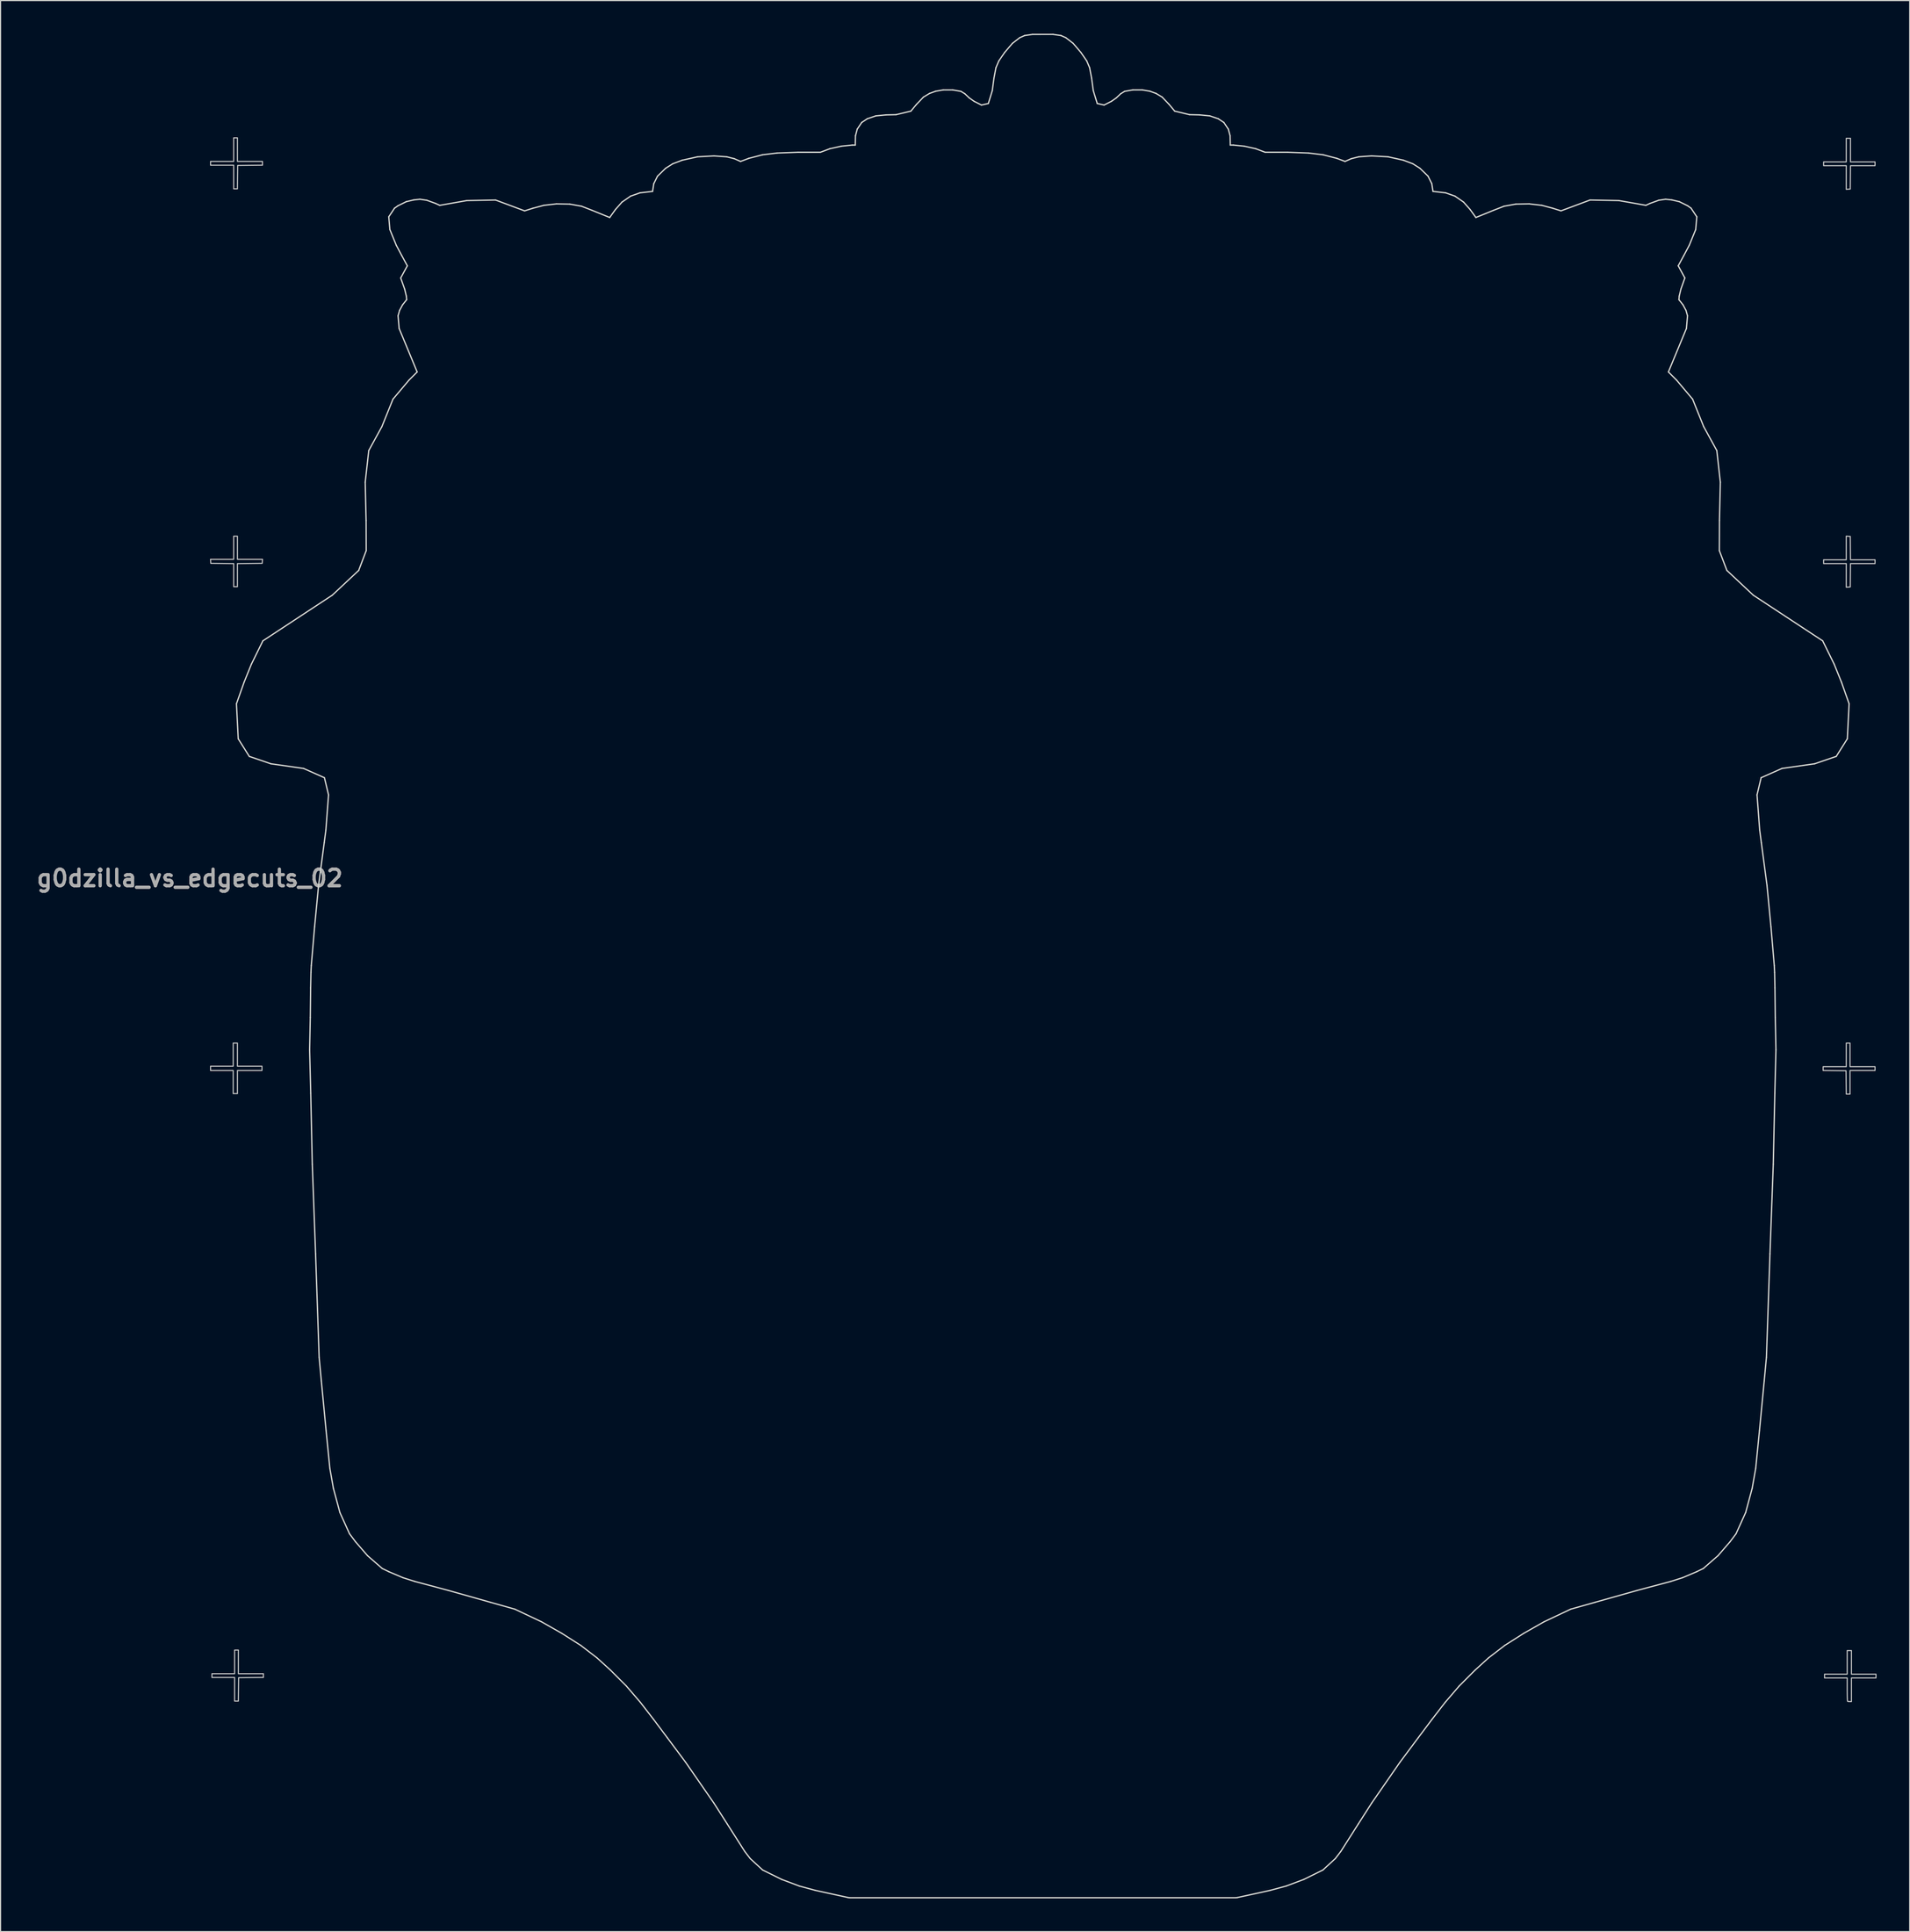
<source format=kicad_pcb>
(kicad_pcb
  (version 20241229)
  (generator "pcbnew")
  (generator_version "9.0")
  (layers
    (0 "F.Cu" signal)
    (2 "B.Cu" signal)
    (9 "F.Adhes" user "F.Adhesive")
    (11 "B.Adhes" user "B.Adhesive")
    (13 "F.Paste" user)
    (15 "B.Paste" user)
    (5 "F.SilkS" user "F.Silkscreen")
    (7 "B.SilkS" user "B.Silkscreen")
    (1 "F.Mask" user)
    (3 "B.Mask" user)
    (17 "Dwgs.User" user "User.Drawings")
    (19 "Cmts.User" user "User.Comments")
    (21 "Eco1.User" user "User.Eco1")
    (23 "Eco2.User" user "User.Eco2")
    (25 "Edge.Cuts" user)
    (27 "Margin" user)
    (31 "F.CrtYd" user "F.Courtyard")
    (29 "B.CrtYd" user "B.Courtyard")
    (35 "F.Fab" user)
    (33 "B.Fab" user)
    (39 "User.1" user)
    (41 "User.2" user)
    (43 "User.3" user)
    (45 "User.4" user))
  (footprint "g0dzilla_vs_edgecuts_02"
    (layer "F.Cu")
    (at 88.781 83.51)
    (property "Reference" "g0dzilla_vs_edgecuts_02" (at -74.66 -7.13 0) (layer "F.Fab") (effects (font (size 1.5 1.5) (thickness 0.3))))
    (attr board_only exclude_from_pos_files exclude_from_bom)
    (fp_poly (pts (xy -70.347 -73.027) (xy -70.347 -71.96) (xy -69.215 -71.96) (xy -68.084 -71.96) (xy -68.084 -71.79) (xy -68.084 -71.62) (xy -69.205 -71.609) (xy -70.325 -71.597) (xy -70.337 -70.541) (xy -70.348 -69.484) (xy -70.518 -69.484) (xy -70.688 -69.484) (xy -70.688 -70.551) (xy -70.688 -71.618) (xy -71.734 -71.618) (xy -72.78 -71.618) (xy -72.78 -71.789) (xy -72.78 -71.96) (xy -71.734 -71.96) (xy -70.688 -71.96) (xy -70.688 -73.027) (xy -70.688 -74.094) (xy -70.517 -74.094) (xy -70.347 -74.094)) (stroke (width 0.1) (type solid)) (fill no) (layer "Dwgs.User"))
    (fp_poly (pts (xy -70.347 -37.019) (xy -70.347 -35.973) (xy -69.213 -35.973) (xy -68.079 -35.973) (xy -68.092 -35.792) (xy -68.106 -35.61) (xy -69.226 -35.599) (xy -70.347 -35.587) (xy -70.347 -34.542) (xy -70.347 -33.497) (xy -70.517 -33.497) (xy -70.688 -33.497) (xy -70.688 -34.542) (xy -70.688 -35.587) (xy -71.723 -35.599) (xy -72.759 -35.61) (xy -72.772 -35.792) (xy -72.785 -35.973) (xy -71.737 -35.973) (xy -70.688 -35.973) (xy -70.688 -37.019) (xy -70.688 -38.065) (xy -70.517 -38.065) (xy -70.347 -38.065)) (stroke (width 0.1) (type solid)) (fill no) (layer "Dwgs.User"))
    (fp_poly (pts (xy -70.347 8.829) (xy -70.347 9.875) (xy -69.237 9.875) (xy -68.127 9.875) (xy -68.127 10.067) (xy -68.127 10.259) (xy -69.237 10.259) (xy -70.347 10.259) (xy -70.347 11.305) (xy -70.347 12.351) (xy -70.539 12.351) (xy -70.731 12.351) (xy -70.731 11.305) (xy -70.731 10.259) (xy -71.755 10.259) (xy -72.78 10.259) (xy -72.78 10.067) (xy -72.78 9.875) (xy -71.755 9.875) (xy -70.731 9.875) (xy -70.731 8.829) (xy -70.731 7.783) (xy -70.539 7.783) (xy -70.347 7.783)) (stroke (width 0.1) (type solid)) (fill no) (layer "Dwgs.User"))
    (fp_poly (pts (xy -70.261 63.749) (xy -70.261 64.816) (xy -69.13 64.816) (xy -67.999 64.816) (xy -67.999 64.986) (xy -67.999 65.156) (xy -69.119 65.167) (xy -70.24 65.179) (xy -70.251 66.235) (xy -70.263 67.292) (xy -70.433 67.292) (xy -70.603 67.292) (xy -70.603 66.225) (xy -70.603 65.157) (xy -71.627 65.157) (xy -72.652 65.157) (xy -72.652 64.987) (xy -72.652 64.816) (xy -71.627 64.816) (xy -70.603 64.816) (xy -70.603 63.749) (xy -70.603 62.681) (xy -70.432 62.681) (xy -70.261 62.681)) (stroke (width 0.1) (type solid)) (fill no) (layer "Dwgs.User"))
    (fp_poly (pts (xy 75.404 -38.057) (xy 75.586 -38.044) (xy 75.597 -36.987) (xy 75.609 -35.93) (xy 76.718 -35.93) (xy 77.827 -35.93) (xy 77.827 -35.76) (xy 77.827 -35.589) (xy 76.718 -35.589) (xy 75.609 -35.589) (xy 75.597 -34.532) (xy 75.586 -33.476) (xy 75.404 -33.463) (xy 75.223 -33.45) (xy 75.223 -34.519) (xy 75.223 -35.589) (xy 74.198 -35.589) (xy 73.174 -35.589) (xy 73.174 -35.76) (xy 73.174 -35.93) (xy 74.198 -35.93) (xy 75.223 -35.93) (xy 75.223 -37) (xy 75.223 -38.07)) (stroke (width 0.1) (type solid)) (fill no) (layer "Dwgs.User"))
    (fp_poly (pts (xy 75.565 8.85) (xy 75.565 9.918) (xy 76.696 9.918) (xy 77.827 9.918) (xy 77.827 10.088) (xy 77.827 10.259) (xy 76.696 10.259) (xy 75.565 10.259) (xy 75.565 11.326) (xy 75.565 12.394) (xy 75.395 12.394) (xy 75.225 12.394) (xy 75.213 11.337) (xy 75.202 10.281) (xy 74.166 10.269) (xy 73.131 10.258) (xy 73.131 10.088) (xy 73.131 9.918) (xy 74.177 9.918) (xy 75.223 9.918) (xy 75.223 8.85) (xy 75.223 7.783) (xy 75.394 7.783) (xy 75.565 7.783)) (stroke (width 0.1) (type solid)) (fill no) (layer "Dwgs.User"))
    (fp_poly (pts (xy 75.607 -72.985) (xy 75.607 -71.917) (xy 76.717 -71.917) (xy 77.827 -71.917) (xy 77.827 -71.747) (xy 77.827 -71.576) (xy 76.718 -71.576) (xy 75.609 -71.576) (xy 75.597 -70.519) (xy 75.586 -69.463) (xy 75.404 -69.45) (xy 75.223 -69.436) (xy 75.223 -70.506) (xy 75.223 -71.576) (xy 74.198 -71.576) (xy 73.174 -71.576) (xy 73.174 -71.747) (xy 73.174 -71.917) (xy 74.198 -71.917) (xy 75.223 -71.917) (xy 75.223 -72.985) (xy 75.223 -74.052) (xy 75.415 -74.052) (xy 75.607 -74.052)) (stroke (width 0.1) (type solid)) (fill no) (layer "Dwgs.User"))
    (fp_poly (pts (xy 75.693 63.791) (xy 75.693 64.858) (xy 76.803 64.858) (xy 77.912 64.858) (xy 77.912 65.029) (xy 77.912 65.2) (xy 76.803 65.2) (xy 75.693 65.2) (xy 75.693 66.267) (xy 75.693 67.334) (xy 75.529 67.334) (xy 75.416 67.328) (xy 75.344 67.311) (xy 75.337 67.306) (xy 75.329 67.257) (xy 75.322 67.135) (xy 75.316 66.951) (xy 75.312 66.718) (xy 75.309 66.448) (xy 75.308 66.239) (xy 75.308 65.2) (xy 74.284 65.2) (xy 73.259 65.2) (xy 73.259 65.029) (xy 73.259 64.858) (xy 74.284 64.858) (xy 75.308 64.858) (xy 75.308 63.791) (xy 75.308 62.724) (xy 75.501 62.724) (xy 75.693 62.724)) (stroke (width 0.1) (type solid)) (fill no) (layer "Dwgs.User"))
    (fp_line (start -70.435 -22.909) (end -69.745 -24.859) (stroke (width 0.12) (type default)) (layer "Edge.Cuts"))
    (fp_line (start -70.275 -19.739) (end -70.435 -22.909) (stroke (width 0.12) (type default)) (layer "Edge.Cuts"))
    (fp_line (start -69.745 -24.859) (end -69.085 -26.489) (stroke (width 0.12) (type default)) (layer "Edge.Cuts"))
    (fp_line (start -69.275 -18.149) (end -70.275 -19.739) (stroke (width 0.12) (type default)) (layer "Edge.Cuts"))
    (fp_line (start -69.085 -26.489) (end -68.045 -28.599) (stroke (width 0.12) (type default)) (layer "Edge.Cuts"))
    (fp_line (start -68.045 -28.599) (end -66.295 -29.749) (stroke (width 0.12) (type default)) (layer "Edge.Cuts"))
    (fp_line (start -67.315 -17.479) (end -69.275 -18.149) (stroke (width 0.12) (type default)) (layer "Edge.Cuts"))
    (fp_line (start -66.295 -29.749) (end -61.765 -32.729) (stroke (width 0.12) (type default)) (layer "Edge.Cuts"))
    (fp_line (start -64.365 -17.059) (end -67.315 -17.479) (stroke (width 0.12) (type default)) (layer "Edge.Cuts"))
    (fp_line (start -63.815 8.391) (end -63.755 5.461) (stroke (width 0.12) (type default)) (layer "Edge.Cuts"))
    (fp_line (start -63.755 5.461) (end -63.725 2.781) (stroke (width 0.12) (type default)) (layer "Edge.Cuts"))
    (fp_line (start -63.725 2.781) (end -63.695 1.391) (stroke (width 0.12) (type default)) (layer "Edge.Cuts"))
    (fp_line (start -63.715 12.311) (end -63.815 8.391) (stroke (width 0.12) (type default)) (layer "Edge.Cuts"))
    (fp_line (start -63.695 1.391) (end -63.665 0.771) (stroke (width 0.12) (type default)) (layer "Edge.Cuts"))
    (fp_line (start -63.665 0.771) (end -63.365 -2.739) (stroke (width 0.12) (type default)) (layer "Edge.Cuts"))
    (fp_line (start -63.575 18.741) (end -63.715 12.311) (stroke (width 0.12) (type default)) (layer "Edge.Cuts"))
    (fp_line (start -63.365 -2.739) (end -63.005 -6.489) (stroke (width 0.12) (type default)) (layer "Edge.Cuts"))
    (fp_line (start -63.275 26.851) (end -63.575 18.741) (stroke (width 0.12) (type default)) (layer "Edge.Cuts"))
    (fp_line (start -63.005 -6.489) (end -62.495 -10.339) (stroke (width 0.12) (type default)) (layer "Edge.Cuts"))
    (fp_line (start -62.955 36.201) (end -63.275 26.851) (stroke (width 0.12) (type default)) (layer "Edge.Cuts"))
    (fp_line (start -62.755 38.341) (end -62.955 36.201) (stroke (width 0.12) (type default)) (layer "Edge.Cuts"))
    (fp_line (start -62.495 -10.339) (end -62.345 -11.489) (stroke (width 0.12) (type default)) (layer "Edge.Cuts"))
    (fp_line (start -62.475 -16.219) (end -64.365 -17.059) (stroke (width 0.12) (type default)) (layer "Edge.Cuts"))
    (fp_line (start -62.345 -11.489) (end -62.105 -14.669) (stroke (width 0.12) (type default)) (layer "Edge.Cuts"))
    (fp_line (start -62.325 42.831) (end -62.755 38.341) (stroke (width 0.12) (type default)) (layer "Edge.Cuts"))
    (fp_line (start -62.105 -14.669) (end -62.475 -16.219) (stroke (width 0.12) (type default)) (layer "Edge.Cuts"))
    (fp_line (start -61.985 46.241) (end -62.325 42.831) (stroke (width 0.12) (type default)) (layer "Edge.Cuts"))
    (fp_line (start -61.765 -32.729) (end -59.375 -34.969) (stroke (width 0.12) (type default)) (layer "Edge.Cuts"))
    (fp_line (start -61.665 48.051) (end -61.985 46.241) (stroke (width 0.12) (type default)) (layer "Edge.Cuts"))
    (fp_line (start -61.075 50.241) (end -61.665 48.051) (stroke (width 0.12) (type default)) (layer "Edge.Cuts"))
    (fp_line (start -60.205 52.161) (end -61.075 50.241) (stroke (width 0.12) (type default)) (layer "Edge.Cuts"))
    (fp_line (start -59.665 52.881) (end -60.205 52.161) (stroke (width 0.12) (type default)) (layer "Edge.Cuts"))
    (fp_line (start -59.375 -34.969) (end -58.695 -36.759) (stroke (width 0.12) (type default)) (layer "Edge.Cuts"))
    (fp_line (start -58.785 -42.949) (end -58.465 -45.809) (stroke (width 0.12) (type default)) (layer "Edge.Cuts"))
    (fp_line (start -58.705 -39.489) (end -58.785 -42.949) (stroke (width 0.12) (type default)) (layer "Edge.Cuts"))
    (fp_line (start -58.695 -36.759) (end -58.705 -39.489) (stroke (width 0.12) (type default)) (layer "Edge.Cuts"))
    (fp_line (start -58.575 54.141) (end -59.665 52.881) (stroke (width 0.12) (type default)) (layer "Edge.Cuts"))
    (fp_line (start -58.465 -45.809) (end -57.275 -47.979) (stroke (width 0.12) (type default)) (layer "Edge.Cuts"))
    (fp_line (start -57.275 -47.979) (end -56.275 -50.459) (stroke (width 0.12) (type default)) (layer "Edge.Cuts"))
    (fp_line (start -57.245 55.301) (end -58.575 54.141) (stroke (width 0.12) (type default)) (layer "Edge.Cuts"))
    (fp_line (start -56.655 -66.949) (end -56.135 -67.729) (stroke (width 0.12) (type default)) (layer "Edge.Cuts"))
    (fp_line (start -56.625 55.601) (end -57.245 55.301) (stroke (width 0.12) (type default)) (layer "Edge.Cuts"))
    (fp_line (start -56.555 -65.799) (end -56.655 -66.949) (stroke (width 0.12) (type default)) (layer "Edge.Cuts"))
    (fp_line (start -56.275 -50.459) (end -54.825 -52.179) (stroke (width 0.12) (type default)) (layer "Edge.Cuts"))
    (fp_line (start -56.135 -67.729) (end -55.825 -67.949) (stroke (width 0.12) (type default)) (layer "Edge.Cuts"))
    (fp_line (start -55.975 -64.379) (end -56.555 -65.799) (stroke (width 0.12) (type default)) (layer "Edge.Cuts"))
    (fp_line (start -55.825 -67.949) (end -55.075 -68.319) (stroke (width 0.12) (type default)) (layer "Edge.Cuts"))
    (fp_line (start -55.815 -57.999) (end -55.675 -58.489) (stroke (width 0.12) (type default)) (layer "Edge.Cuts"))
    (fp_line (start -55.715 -56.849) (end -55.815 -57.999) (stroke (width 0.12) (type default)) (layer "Edge.Cuts"))
    (fp_line (start -55.675 -58.489) (end -55.405 -58.989) (stroke (width 0.12) (type default)) (layer "Edge.Cuts"))
    (fp_line (start -55.575 -61.419) (end -54.975 -62.519) (stroke (width 0.12) (type default)) (layer "Edge.Cuts"))
    (fp_line (start -55.475 -63.439) (end -55.975 -64.379) (stroke (width 0.12) (type default)) (layer "Edge.Cuts"))
    (fp_line (start -55.405 -58.989) (end -55.035 -59.459) (stroke (width 0.12) (type default)) (layer "Edge.Cuts"))
    (fp_line (start -55.375 56.131) (end -56.625 55.601) (stroke (width 0.12) (type default)) (layer "Edge.Cuts"))
    (fp_line (start -55.215 -60.409) (end -55.575 -61.419) (stroke (width 0.12) (type default)) (layer "Edge.Cuts"))
    (fp_line (start -55.075 -68.319) (end -54.395 -68.479) (stroke (width 0.12) (type default)) (layer "Edge.Cuts"))
    (fp_line (start -55.065 -59.779) (end -55.215 -60.409) (stroke (width 0.12) (type default)) (layer "Edge.Cuts"))
    (fp_line (start -55.035 -59.459) (end -55.065 -59.779) (stroke (width 0.12) (type default)) (layer "Edge.Cuts"))
    (fp_line (start -54.975 -62.519) (end -55.475 -63.439) (stroke (width 0.12) (type default)) (layer "Edge.Cuts"))
    (fp_line (start -54.825 -52.179) (end -54.085 -52.919) (stroke (width 0.12) (type default)) (layer "Edge.Cuts"))
    (fp_line (start -54.395 -68.479) (end -53.835 -68.539) (stroke (width 0.12) (type default)) (layer "Edge.Cuts"))
    (fp_line (start -54.305 56.471) (end -55.375 56.131) (stroke (width 0.12) (type default)) (layer "Edge.Cuts"))
    (fp_line (start -54.085 -52.919) (end -55.715 -56.849) (stroke (width 0.12) (type default)) (layer "Edge.Cuts"))
    (fp_line (start -53.835 -68.539) (end -53.215 -68.449) (stroke (width 0.12) (type default)) (layer "Edge.Cuts"))
    (fp_line (start -53.215 -68.449) (end -52.415 -68.159) (stroke (width 0.12) (type default)) (layer "Edge.Cuts"))
    (fp_line (start -52.415 -68.159) (end -52.045 -67.989) (stroke (width 0.12) (type default)) (layer "Edge.Cuts"))
    (fp_line (start -52.045 -67.989) (end -49.605 -68.419) (stroke (width 0.12) (type default)) (layer "Edge.Cuts"))
    (fp_line (start -51.275 57.281) (end -54.305 56.471) (stroke (width 0.12) (type default)) (layer "Edge.Cuts"))
    (fp_line (start -49.605 -68.419) (end -46.995 -68.469) (stroke (width 0.12) (type default)) (layer "Edge.Cuts"))
    (fp_line (start -47.445 58.361) (end -51.275 57.281) (stroke (width 0.12) (type default)) (layer "Edge.Cuts"))
    (fp_line (start -46.995 -68.469) (end -44.365 -67.489) (stroke (width 0.12) (type default)) (layer "Edge.Cuts"))
    (fp_line (start -45.245 58.981) (end -47.445 58.361) (stroke (width 0.12) (type default)) (layer "Edge.Cuts"))
    (fp_line (start -44.365 -67.489) (end -43.605 -67.729) (stroke (width 0.12) (type default)) (layer "Edge.Cuts"))
    (fp_line (start -43.605 -67.729) (end -42.625 -67.989) (stroke (width 0.12) (type default)) (layer "Edge.Cuts"))
    (fp_line (start -42.835 60.121) (end -45.245 58.981) (stroke (width 0.12) (type default)) (layer "Edge.Cuts"))
    (fp_line (start -42.625 -67.989) (end -41.485 -68.119) (stroke (width 0.12) (type default)) (layer "Edge.Cuts"))
    (fp_line (start -41.485 -68.119) (end -40.275 -68.099) (stroke (width 0.12) (type default)) (layer "Edge.Cuts"))
    (fp_line (start -41.005 61.161) (end -42.835 60.121) (stroke (width 0.12) (type default)) (layer "Edge.Cuts"))
    (fp_line (start -40.275 -68.099) (end -39.215 -67.909) (stroke (width 0.12) (type default)) (layer "Edge.Cuts"))
    (fp_line (start -39.275 62.261) (end -41.005 61.161) (stroke (width 0.12) (type default)) (layer "Edge.Cuts"))
    (fp_line (start -39.215 -67.909) (end -38.265 -67.539) (stroke (width 0.12) (type default)) (layer "Edge.Cuts"))
    (fp_line (start -38.265 -67.539) (end -36.665 -66.889) (stroke (width 0.12) (type default)) (layer "Edge.Cuts"))
    (fp_line (start -37.805 63.391) (end -39.275 62.261) (stroke (width 0.12) (type default)) (layer "Edge.Cuts"))
    (fp_line (start -36.665 -66.889) (end -36.145 -67.609) (stroke (width 0.12) (type default)) (layer "Edge.Cuts"))
    (fp_line (start -36.595 64.491) (end -37.805 63.391) (stroke (width 0.12) (type default)) (layer "Edge.Cuts"))
    (fp_line (start -36.145 -67.609) (end -35.555 -68.279) (stroke (width 0.12) (type default)) (layer "Edge.Cuts"))
    (fp_line (start -35.555 -68.279) (end -34.775 -68.819) (stroke (width 0.12) (type default)) (layer "Edge.Cuts"))
    (fp_line (start -35.155 65.931) (end -36.595 64.491) (stroke (width 0.12) (type default)) (layer "Edge.Cuts"))
    (fp_line (start -34.775 -68.819) (end -33.925 -69.119) (stroke (width 0.12) (type default)) (layer "Edge.Cuts"))
    (fp_line (start -33.925 -69.119) (end -32.785 -69.249) (stroke (width 0.12) (type default)) (layer "Edge.Cuts"))
    (fp_line (start -33.885 67.411) (end -35.155 65.931) (stroke (width 0.12) (type default)) (layer "Edge.Cuts"))
    (fp_line (start -32.785 -69.249) (end -32.675 -69.949) (stroke (width 0.12) (type default)) (layer "Edge.Cuts"))
    (fp_line (start -32.685 68.961) (end -33.885 67.411) (stroke (width 0.12) (type default)) (layer "Edge.Cuts"))
    (fp_line (start -32.675 -69.949) (end -32.335 -70.629) (stroke (width 0.12) (type default)) (layer "Edge.Cuts"))
    (fp_line (start -32.335 -70.629) (end -31.605 -71.339) (stroke (width 0.12) (type default)) (layer "Edge.Cuts"))
    (fp_line (start -31.605 -71.339) (end -30.955 -71.749) (stroke (width 0.12) (type default)) (layer "Edge.Cuts"))
    (fp_line (start -31.455 70.601) (end -32.685 68.961) (stroke (width 0.12) (type default)) (layer "Edge.Cuts"))
    (fp_line (start -30.955 -71.749) (end -30.105 -72.069) (stroke (width 0.12) (type default)) (layer "Edge.Cuts"))
    (fp_line (start -30.105 -72.069) (end -28.715 -72.379) (stroke (width 0.12) (type default)) (layer "Edge.Cuts"))
    (fp_line (start -29.805 72.811) (end -31.455 70.601) (stroke (width 0.12) (type default)) (layer "Edge.Cuts"))
    (fp_line (start -28.715 -72.379) (end -27.225 -72.459) (stroke (width 0.12) (type default)) (layer "Edge.Cuts"))
    (fp_line (start -27.235 76.521) (end -29.805 72.811) (stroke (width 0.12) (type default)) (layer "Edge.Cuts"))
    (fp_line (start -27.225 -72.459) (end -26.075 -72.379) (stroke (width 0.12) (type default)) (layer "Edge.Cuts"))
    (fp_line (start -26.075 -72.379) (end -25.395 -72.209) (stroke (width 0.12) (type default)) (layer "Edge.Cuts"))
    (fp_line (start -26.025 78.411) (end -27.235 76.521) (stroke (width 0.12) (type default)) (layer "Edge.Cuts"))
    (fp_line (start -25.395 -72.209) (end -24.825 -71.959) (stroke (width 0.12) (type default)) (layer "Edge.Cuts"))
    (fp_line (start -24.825 -71.959) (end -24.075 -72.239) (stroke (width 0.12) (type default)) (layer "Edge.Cuts"))
    (fp_line (start -24.445 80.891) (end -26.025 78.411) (stroke (width 0.12) (type default)) (layer "Edge.Cuts"))
    (fp_line (start -24.075 -72.239) (end -22.845 -72.559) (stroke (width 0.12) (type default)) (layer "Edge.Cuts"))
    (fp_line (start -23.945 81.541) (end -24.445 80.891) (stroke (width 0.12) (type default)) (layer "Edge.Cuts"))
    (fp_line (start -22.845 -72.559) (end -21.525 -72.719) (stroke (width 0.12) (type default)) (layer "Edge.Cuts"))
    (fp_line (start -22.825 82.571) (end -23.945 81.541) (stroke (width 0.12) (type default)) (layer "Edge.Cuts"))
    (fp_line (start -21.525 -72.719) (end -19.625 -72.789) (stroke (width 0.12) (type default)) (layer "Edge.Cuts"))
    (fp_line (start -21.105 83.421) (end -22.825 82.571) (stroke (width 0.12) (type default)) (layer "Edge.Cuts"))
    (fp_line (start -19.625 -72.789) (end -17.595 -72.789) (stroke (width 0.12) (type default)) (layer "Edge.Cuts"))
    (fp_line (start -19.505 84.021) (end -21.105 83.421) (stroke (width 0.12) (type default)) (layer "Edge.Cuts"))
    (fp_line (start -18.065 84.411) (end -19.505 84.021) (stroke (width 0.12) (type default)) (layer "Edge.Cuts"))
    (fp_line (start -17.595 -72.789) (end -16.745 -73.109) (stroke (width 0.12) (type default)) (layer "Edge.Cuts"))
    (fp_line (start -16.745 -73.109) (end -15.705 -73.339) (stroke (width 0.12) (type default)) (layer "Edge.Cuts"))
    (fp_line (start -15.705 -73.339) (end -14.725 -73.439) (stroke (width 0.12) (type default)) (layer "Edge.Cuts"))
    (fp_line (start -15.095 85.061) (end -18.065 84.411) (stroke (width 0.12) (type default)) (layer "Edge.Cuts"))
    (fp_line (start -14.955 85.081) (end -15.095 85.061) (stroke (width 0.12) (type default)) (layer "Edge.Cuts"))
    (fp_line (start -14.955 85.081) (end 20 85.08) (stroke (width 0.12) (type default)) (layer "Edge.Cuts"))
    (fp_line (start -14.725 -73.439) (end -14.445 -73.439) (stroke (width 0.12) (type default)) (layer "Edge.Cuts"))
    (fp_line (start -14.445 -73.439) (end -14.425 -74.279) (stroke (width 0.12) (type default)) (layer "Edge.Cuts"))
    (fp_line (start -14.425 -74.279) (end -14.265 -74.879) (stroke (width 0.12) (type default)) (layer "Edge.Cuts"))
    (fp_line (start -14.265 -74.879) (end -13.865 -75.479) (stroke (width 0.12) (type default)) (layer "Edge.Cuts"))
    (fp_line (start -13.865 -75.479) (end -13.355 -75.819) (stroke (width 0.12) (type default)) (layer "Edge.Cuts"))
    (fp_line (start -13.355 -75.819) (end -12.585 -76.079) (stroke (width 0.12) (type default)) (layer "Edge.Cuts"))
    (fp_line (start -12.585 -76.079) (end -11.665 -76.169) (stroke (width 0.12) (type default)) (layer "Edge.Cuts"))
    (fp_line (start -11.665 -76.169) (end -10.755 -76.189) (stroke (width 0.12) (type default)) (layer "Edge.Cuts"))
    (fp_line (start -10.755 -76.189) (end -9.415 -76.509) (stroke (width 0.12) (type default)) (layer "Edge.Cuts"))
    (fp_line (start -9.415 -76.509) (end -8.905 -77.119) (stroke (width 0.12) (type default)) (layer "Edge.Cuts"))
    (fp_line (start -8.905 -77.119) (end -8.275 -77.779) (stroke (width 0.12) (type default)) (layer "Edge.Cuts"))
    (fp_line (start -8.275 -77.779) (end -7.725 -78.109) (stroke (width 0.12) (type default)) (layer "Edge.Cuts"))
    (fp_line (start -7.725 -78.109) (end -7.175 -78.309) (stroke (width 0.12) (type default)) (layer "Edge.Cuts"))
    (fp_line (start -7.175 -78.309) (end -6.485 -78.429) (stroke (width 0.12) (type default)) (layer "Edge.Cuts"))
    (fp_line (start -6.485 -78.429) (end -5.625 -78.429) (stroke (width 0.12) (type default)) (layer "Edge.Cuts"))
    (fp_line (start -5.625 -78.429) (end -4.885 -78.299) (stroke (width 0.12) (type default)) (layer "Edge.Cuts"))
    (fp_line (start -4.885 -78.299) (end -4.525 -78.079) (stroke (width 0.12) (type default)) (layer "Edge.Cuts"))
    (fp_line (start -4.525 -78.079) (end -4.135 -77.709) (stroke (width 0.12) (type default)) (layer "Edge.Cuts"))
    (fp_line (start -4.135 -77.709) (end -3.695 -77.399) (stroke (width 0.12) (type default)) (layer "Edge.Cuts"))
    (fp_line (start -3.695 -77.399) (end -3.025 -77.059) (stroke (width 0.12) (type default)) (layer "Edge.Cuts"))
    (fp_line (start -3.025 -77.059) (end -2.405 -77.199) (stroke (width 0.12) (type default)) (layer "Edge.Cuts"))
    (fp_line (start -2.405 -77.199) (end -2.045 -78.369) (stroke (width 0.12) (type default)) (layer "Edge.Cuts"))
    (fp_line (start -2.045 -78.369) (end -1.895 -79.489) (stroke (width 0.12) (type default)) (layer "Edge.Cuts"))
    (fp_line (start -1.895 -79.489) (end -1.715 -80.439) (stroke (width 0.12) (type default)) (layer "Edge.Cuts"))
    (fp_line (start -1.715 -80.439) (end -1.455 -81.049) (stroke (width 0.12) (type default)) (layer "Edge.Cuts"))
    (fp_line (start -1.455 -81.049) (end -0.925 -81.819) (stroke (width 0.12) (type default)) (layer "Edge.Cuts"))
    (fp_line (start -0.925 -81.819) (end -0.225 -82.639) (stroke (width 0.12) (type default)) (layer "Edge.Cuts"))
    (fp_line (start -0.225 -82.639) (end 0.435 -83.149) (stroke (width 0.12) (type default)) (layer "Edge.Cuts"))
    (fp_line (start 0.435 -83.149) (end 0.885 -83.349) (stroke (width 0.12) (type default)) (layer "Edge.Cuts"))
    (fp_line (start 0.885 -83.349) (end 1.595 -83.449) (stroke (width 0.12) (type default)) (layer "Edge.Cuts"))
    (fp_line (start 1.595 -83.449) (end 3.45 -83.45) (stroke (width 0.12) (type default)) (layer "Edge.Cuts"))
    (fp_line (start 4.16 -83.35) (end 3.45 -83.45) (stroke (width 0.12) (type default)) (layer "Edge.Cuts"))
    (fp_line (start 4.61 -83.15) (end 4.16 -83.35) (stroke (width 0.12) (type default)) (layer "Edge.Cuts"))
    (fp_line (start 5.27 -82.64) (end 4.61 -83.15) (stroke (width 0.12) (type default)) (layer "Edge.Cuts"))
    (fp_line (start 5.97 -81.82) (end 5.27 -82.64) (stroke (width 0.12) (type default)) (layer "Edge.Cuts"))
    (fp_line (start 6.5 -81.05) (end 5.97 -81.82) (stroke (width 0.12) (type default)) (layer "Edge.Cuts"))
    (fp_line (start 6.76 -80.44) (end 6.5 -81.05) (stroke (width 0.12) (type default)) (layer "Edge.Cuts"))
    (fp_line (start 6.94 -79.49) (end 6.76 -80.44) (stroke (width 0.12) (type default)) (layer "Edge.Cuts"))
    (fp_line (start 7.09 -78.37) (end 6.94 -79.49) (stroke (width 0.12) (type default)) (layer "Edge.Cuts"))
    (fp_line (start 7.45 -77.2) (end 7.09 -78.37) (stroke (width 0.12) (type default)) (layer "Edge.Cuts"))
    (fp_line (start 8.07 -77.06) (end 7.45 -77.2) (stroke (width 0.12) (type default)) (layer "Edge.Cuts"))
    (fp_line (start 8.74 -77.4) (end 8.07 -77.06) (stroke (width 0.12) (type default)) (layer "Edge.Cuts"))
    (fp_line (start 9.18 -77.71) (end 8.74 -77.4) (stroke (width 0.12) (type default)) (layer "Edge.Cuts"))
    (fp_line (start 9.57 -78.08) (end 9.18 -77.71) (stroke (width 0.12) (type default)) (layer "Edge.Cuts"))
    (fp_line (start 9.93 -78.3) (end 9.57 -78.08) (stroke (width 0.12) (type default)) (layer "Edge.Cuts"))
    (fp_line (start 10.67 -78.43) (end 9.93 -78.3) (stroke (width 0.12) (type default)) (layer "Edge.Cuts"))
    (fp_line (start 11.53 -78.43) (end 10.67 -78.43) (stroke (width 0.12) (type default)) (layer "Edge.Cuts"))
    (fp_line (start 12.22 -78.31) (end 11.53 -78.43) (stroke (width 0.12) (type default)) (layer "Edge.Cuts"))
    (fp_line (start 12.77 -78.11) (end 12.22 -78.31) (stroke (width 0.12) (type default)) (layer "Edge.Cuts"))
    (fp_line (start 13.32 -77.78) (end 12.77 -78.11) (stroke (width 0.12) (type default)) (layer "Edge.Cuts"))
    (fp_line (start 13.95 -77.12) (end 13.32 -77.78) (stroke (width 0.12) (type default)) (layer "Edge.Cuts"))
    (fp_line (start 14.46 -76.51) (end 13.95 -77.12) (stroke (width 0.12) (type default)) (layer "Edge.Cuts"))
    (fp_line (start 15.8 -76.19) (end 14.46 -76.51) (stroke (width 0.12) (type default)) (layer "Edge.Cuts"))
    (fp_line (start 16.71 -76.17) (end 15.8 -76.19) (stroke (width 0.12) (type default)) (layer "Edge.Cuts"))
    (fp_line (start 17.63 -76.08) (end 16.71 -76.17) (stroke (width 0.12) (type default)) (layer "Edge.Cuts"))
    (fp_line (start 18.4 -75.82) (end 17.63 -76.08) (stroke (width 0.12) (type default)) (layer "Edge.Cuts"))
    (fp_line (start 18.91 -75.48) (end 18.4 -75.82) (stroke (width 0.12) (type default)) (layer "Edge.Cuts"))
    (fp_line (start 19.31 -74.88) (end 18.91 -75.48) (stroke (width 0.12) (type default)) (layer "Edge.Cuts"))
    (fp_line (start 19.47 -74.28) (end 19.31 -74.88) (stroke (width 0.12) (type default)) (layer "Edge.Cuts"))
    (fp_line (start 19.49 -73.44) (end 19.47 -74.28) (stroke (width 0.12) (type default)) (layer "Edge.Cuts"))
    (fp_line (start 19.77 -73.44) (end 19.49 -73.44) (stroke (width 0.12) (type default)) (layer "Edge.Cuts"))
    (fp_line (start 20 85.08) (end 20.14 85.06) (stroke (width 0.12) (type default)) (layer "Edge.Cuts"))
    (fp_line (start 20.14 85.06) (end 23.11 84.41) (stroke (width 0.12) (type default)) (layer "Edge.Cuts"))
    (fp_line (start 20.75 -73.34) (end 19.77 -73.44) (stroke (width 0.12) (type default)) (layer "Edge.Cuts"))
    (fp_line (start 21.79 -73.11) (end 20.75 -73.34) (stroke (width 0.12) (type default)) (layer "Edge.Cuts"))
    (fp_line (start 22.64 -72.79) (end 21.79 -73.11) (stroke (width 0.12) (type default)) (layer "Edge.Cuts"))
    (fp_line (start 23.11 84.41) (end 24.55 84.02) (stroke (width 0.12) (type default)) (layer "Edge.Cuts"))
    (fp_line (start 24.55 84.02) (end 26.15 83.42) (stroke (width 0.12) (type default)) (layer "Edge.Cuts"))
    (fp_line (start 24.67 -72.79) (end 22.64 -72.79) (stroke (width 0.12) (type default)) (layer "Edge.Cuts"))
    (fp_line (start 26.15 83.42) (end 27.87 82.57) (stroke (width 0.12) (type default)) (layer "Edge.Cuts"))
    (fp_line (start 26.57 -72.72) (end 24.67 -72.79) (stroke (width 0.12) (type default)) (layer "Edge.Cuts"))
    (fp_line (start 27.87 82.57) (end 28.99 81.54) (stroke (width 0.12) (type default)) (layer "Edge.Cuts"))
    (fp_line (start 27.89 -72.56) (end 26.57 -72.72) (stroke (width 0.12) (type default)) (layer "Edge.Cuts"))
    (fp_line (start 28.99 81.54) (end 29.49 80.89) (stroke (width 0.12) (type default)) (layer "Edge.Cuts"))
    (fp_line (start 29.12 -72.24) (end 27.89 -72.56) (stroke (width 0.12) (type default)) (layer "Edge.Cuts"))
    (fp_line (start 29.49 80.89) (end 31.07 78.41) (stroke (width 0.12) (type default)) (layer "Edge.Cuts"))
    (fp_line (start 29.87 -71.96) (end 29.12 -72.24) (stroke (width 0.12) (type default)) (layer "Edge.Cuts"))
    (fp_line (start 30.44 -72.21) (end 29.87 -71.96) (stroke (width 0.12) (type default)) (layer "Edge.Cuts"))
    (fp_line (start 31.07 78.41) (end 32.28 76.52) (stroke (width 0.12) (type default)) (layer "Edge.Cuts"))
    (fp_line (start 31.12 -72.38) (end 30.44 -72.21) (stroke (width 0.12) (type default)) (layer "Edge.Cuts"))
    (fp_line (start 32.27 -72.46) (end 31.12 -72.38) (stroke (width 0.12) (type default)) (layer "Edge.Cuts"))
    (fp_line (start 32.28 76.52) (end 34.85 72.81) (stroke (width 0.12) (type default)) (layer "Edge.Cuts"))
    (fp_line (start 33.76 -72.38) (end 32.27 -72.46) (stroke (width 0.12) (type default)) (layer "Edge.Cuts"))
    (fp_line (start 34.85 72.81) (end 36.5 70.6) (stroke (width 0.12) (type default)) (layer "Edge.Cuts"))
    (fp_line (start 35.15 -72.07) (end 33.76 -72.38) (stroke (width 0.12) (type default)) (layer "Edge.Cuts"))
    (fp_line (start 36 -71.75) (end 35.15 -72.07) (stroke (width 0.12) (type default)) (layer "Edge.Cuts"))
    (fp_line (start 36.5 70.6) (end 37.73 68.96) (stroke (width 0.12) (type default)) (layer "Edge.Cuts"))
    (fp_line (start 36.65 -71.34) (end 36 -71.75) (stroke (width 0.12) (type default)) (layer "Edge.Cuts"))
    (fp_line (start 37.38 -70.63) (end 36.65 -71.34) (stroke (width 0.12) (type default)) (layer "Edge.Cuts"))
    (fp_line (start 37.72 -69.95) (end 37.38 -70.63) (stroke (width 0.12) (type default)) (layer "Edge.Cuts"))
    (fp_line (start 37.73 68.96) (end 38.93 67.41) (stroke (width 0.12) (type default)) (layer "Edge.Cuts"))
    (fp_line (start 37.83 -69.25) (end 37.72 -69.95) (stroke (width 0.12) (type default)) (layer "Edge.Cuts"))
    (fp_line (start 38.93 67.41) (end 40.2 65.93) (stroke (width 0.12) (type default)) (layer "Edge.Cuts"))
    (fp_line (start 38.97 -69.12) (end 37.83 -69.25) (stroke (width 0.12) (type default)) (layer "Edge.Cuts"))
    (fp_line (start 39.82 -68.82) (end 38.97 -69.12) (stroke (width 0.12) (type default)) (layer "Edge.Cuts"))
    (fp_line (start 40.2 65.93) (end 41.64 64.49) (stroke (width 0.12) (type default)) (layer "Edge.Cuts"))
    (fp_line (start 40.6 -68.28) (end 39.82 -68.82) (stroke (width 0.12) (type default)) (layer "Edge.Cuts"))
    (fp_line (start 41.19 -67.61) (end 40.6 -68.28) (stroke (width 0.12) (type default)) (layer "Edge.Cuts"))
    (fp_line (start 41.64 64.49) (end 42.85 63.39) (stroke (width 0.12) (type default)) (layer "Edge.Cuts"))
    (fp_line (start 41.71 -66.89) (end 41.19 -67.61) (stroke (width 0.12) (type default)) (layer "Edge.Cuts"))
    (fp_line (start 42.85 63.39) (end 44.32 62.26) (stroke (width 0.12) (type default)) (layer "Edge.Cuts"))
    (fp_line (start 43.31 -67.54) (end 41.71 -66.89) (stroke (width 0.12) (type default)) (layer "Edge.Cuts"))
    (fp_line (start 44.26 -67.91) (end 43.31 -67.54) (stroke (width 0.12) (type default)) (layer "Edge.Cuts"))
    (fp_line (start 44.32 62.26) (end 46.05 61.16) (stroke (width 0.12) (type default)) (layer "Edge.Cuts"))
    (fp_line (start 45.32 -68.1) (end 44.26 -67.91) (stroke (width 0.12) (type default)) (layer "Edge.Cuts"))
    (fp_line (start 46.05 61.16) (end 47.88 60.12) (stroke (width 0.12) (type default)) (layer "Edge.Cuts"))
    (fp_line (start 46.53 -68.12) (end 45.32 -68.1) (stroke (width 0.12) (type default)) (layer "Edge.Cuts"))
    (fp_line (start 47.67 -67.99) (end 46.53 -68.12) (stroke (width 0.12) (type default)) (layer "Edge.Cuts"))
    (fp_line (start 47.88 60.12) (end 50.29 58.98) (stroke (width 0.12) (type default)) (layer "Edge.Cuts"))
    (fp_line (start 48.65 -67.73) (end 47.67 -67.99) (stroke (width 0.12) (type default)) (layer "Edge.Cuts"))
    (fp_line (start 49.41 -67.49) (end 48.65 -67.73) (stroke (width 0.12) (type default)) (layer "Edge.Cuts"))
    (fp_line (start 50.29 58.98) (end 52.49 58.36) (stroke (width 0.12) (type default)) (layer "Edge.Cuts"))
    (fp_line (start 52.04 -68.47) (end 49.41 -67.49) (stroke (width 0.12) (type default)) (layer "Edge.Cuts"))
    (fp_line (start 52.49 58.36) (end 56.32 57.28) (stroke (width 0.12) (type default)) (layer "Edge.Cuts"))
    (fp_line (start 54.65 -68.42) (end 52.04 -68.47) (stroke (width 0.12) (type default)) (layer "Edge.Cuts"))
    (fp_line (start 56.32 57.28) (end 59.35 56.47) (stroke (width 0.12) (type default)) (layer "Edge.Cuts"))
    (fp_line (start 57.09 -67.99) (end 54.65 -68.42) (stroke (width 0.12) (type default)) (layer "Edge.Cuts"))
    (fp_line (start 57.46 -68.16) (end 57.09 -67.99) (stroke (width 0.12) (type default)) (layer "Edge.Cuts"))
    (fp_line (start 58.26 -68.45) (end 57.46 -68.16) (stroke (width 0.12) (type default)) (layer "Edge.Cuts"))
    (fp_line (start 58.88 -68.54) (end 58.26 -68.45) (stroke (width 0.12) (type default)) (layer "Edge.Cuts"))
    (fp_line (start 59.13 -52.92) (end 60.76 -56.85) (stroke (width 0.12) (type default)) (layer "Edge.Cuts"))
    (fp_line (start 59.35 56.47) (end 60.42 56.13) (stroke (width 0.12) (type default)) (layer "Edge.Cuts"))
    (fp_line (start 59.44 -68.48) (end 58.88 -68.54) (stroke (width 0.12) (type default)) (layer "Edge.Cuts"))
    (fp_line (start 59.87 -52.18) (end 59.13 -52.92) (stroke (width 0.12) (type default)) (layer "Edge.Cuts"))
    (fp_line (start 60.02 -62.52) (end 60.52 -63.44) (stroke (width 0.12) (type default)) (layer "Edge.Cuts"))
    (fp_line (start 60.08 -59.46) (end 60.11 -59.78) (stroke (width 0.12) (type default)) (layer "Edge.Cuts"))
    (fp_line (start 60.11 -59.78) (end 60.26 -60.41) (stroke (width 0.12) (type default)) (layer "Edge.Cuts"))
    (fp_line (start 60.12 -68.32) (end 59.44 -68.48) (stroke (width 0.12) (type default)) (layer "Edge.Cuts"))
    (fp_line (start 60.26 -60.41) (end 60.62 -61.42) (stroke (width 0.12) (type default)) (layer "Edge.Cuts"))
    (fp_line (start 60.42 56.13) (end 61.67 55.6) (stroke (width 0.12) (type default)) (layer "Edge.Cuts"))
    (fp_line (start 60.45 -58.99) (end 60.08 -59.46) (stroke (width 0.12) (type default)) (layer "Edge.Cuts"))
    (fp_line (start 60.52 -63.44) (end 61.02 -64.38) (stroke (width 0.12) (type default)) (layer "Edge.Cuts"))
    (fp_line (start 60.62 -61.42) (end 60.02 -62.52) (stroke (width 0.12) (type default)) (layer "Edge.Cuts"))
    (fp_line (start 60.72 -58.49) (end 60.45 -58.99) (stroke (width 0.12) (type default)) (layer "Edge.Cuts"))
    (fp_line (start 60.76 -56.85) (end 60.86 -58) (stroke (width 0.12) (type default)) (layer "Edge.Cuts"))
    (fp_line (start 60.86 -58) (end 60.72 -58.49) (stroke (width 0.12) (type default)) (layer "Edge.Cuts"))
    (fp_line (start 60.87 -67.95) (end 60.12 -68.32) (stroke (width 0.12) (type default)) (layer "Edge.Cuts"))
    (fp_line (start 61.02 -64.38) (end 61.6 -65.8) (stroke (width 0.12) (type default)) (layer "Edge.Cuts"))
    (fp_line (start 61.18 -67.73) (end 60.87 -67.95) (stroke (width 0.12) (type default)) (layer "Edge.Cuts"))
    (fp_line (start 61.32 -50.46) (end 59.87 -52.18) (stroke (width 0.12) (type default)) (layer "Edge.Cuts"))
    (fp_line (start 61.6 -65.8) (end 61.7 -66.95) (stroke (width 0.12) (type default)) (layer "Edge.Cuts"))
    (fp_line (start 61.67 55.6) (end 62.29 55.3) (stroke (width 0.12) (type default)) (layer "Edge.Cuts"))
    (fp_line (start 61.7 -66.95) (end 61.18 -67.73) (stroke (width 0.12) (type default)) (layer "Edge.Cuts"))
    (fp_line (start 62.29 55.3) (end 63.62 54.14) (stroke (width 0.12) (type default)) (layer "Edge.Cuts"))
    (fp_line (start 62.32 -47.98) (end 61.32 -50.46) (stroke (width 0.12) (type default)) (layer "Edge.Cuts"))
    (fp_line (start 63.51 -45.81) (end 62.32 -47.98) (stroke (width 0.12) (type default)) (layer "Edge.Cuts"))
    (fp_line (start 63.62 54.14) (end 64.71 52.88) (stroke (width 0.12) (type default)) (layer "Edge.Cuts"))
    (fp_line (start 63.74 -36.76) (end 63.75 -39.49) (stroke (width 0.12) (type default)) (layer "Edge.Cuts"))
    (fp_line (start 63.75 -39.49) (end 63.83 -42.95) (stroke (width 0.12) (type default)) (layer "Edge.Cuts"))
    (fp_line (start 63.83 -42.95) (end 63.51 -45.81) (stroke (width 0.12) (type default)) (layer "Edge.Cuts"))
    (fp_line (start 64.42 -34.97) (end 63.74 -36.76) (stroke (width 0.12) (type default)) (layer "Edge.Cuts"))
    (fp_line (start 64.71 52.88) (end 65.25 52.16) (stroke (width 0.12) (type default)) (layer "Edge.Cuts"))
    (fp_line (start 65.25 52.16) (end 66.12 50.24) (stroke (width 0.12) (type default)) (layer "Edge.Cuts"))
    (fp_line (start 66.12 50.24) (end 66.71 48.05) (stroke (width 0.12) (type default)) (layer "Edge.Cuts"))
    (fp_line (start 66.71 48.05) (end 67.03 46.24) (stroke (width 0.12) (type default)) (layer "Edge.Cuts"))
    (fp_line (start 66.81 -32.73) (end 64.42 -34.97) (stroke (width 0.12) (type default)) (layer "Edge.Cuts"))
    (fp_line (start 67.03 46.24) (end 67.37 42.83) (stroke (width 0.12) (type default)) (layer "Edge.Cuts"))
    (fp_line (start 67.15 -14.67) (end 67.52 -16.22) (stroke (width 0.12) (type default)) (layer "Edge.Cuts"))
    (fp_line (start 67.37 42.83) (end 67.8 38.34) (stroke (width 0.12) (type default)) (layer "Edge.Cuts"))
    (fp_line (start 67.39 -11.49) (end 67.15 -14.67) (stroke (width 0.12) (type default)) (layer "Edge.Cuts"))
    (fp_line (start 67.52 -16.22) (end 69.41 -17.06) (stroke (width 0.12) (type default)) (layer "Edge.Cuts"))
    (fp_line (start 67.54 -10.34) (end 67.39 -11.49) (stroke (width 0.12) (type default)) (layer "Edge.Cuts"))
    (fp_line (start 67.8 38.34) (end 68 36.2) (stroke (width 0.12) (type default)) (layer "Edge.Cuts"))
    (fp_line (start 68 36.2) (end 68.32 26.85) (stroke (width 0.12) (type default)) (layer "Edge.Cuts"))
    (fp_line (start 68.05 -6.49) (end 67.54 -10.34) (stroke (width 0.12) (type default)) (layer "Edge.Cuts"))
    (fp_line (start 68.32 26.85) (end 68.62 18.74) (stroke (width 0.12) (type default)) (layer "Edge.Cuts"))
    (fp_line (start 68.41 -2.74) (end 68.05 -6.49) (stroke (width 0.12) (type default)) (layer "Edge.Cuts"))
    (fp_line (start 68.62 18.74) (end 68.76 12.31) (stroke (width 0.12) (type default)) (layer "Edge.Cuts"))
    (fp_line (start 68.71 0.77) (end 68.41 -2.74) (stroke (width 0.12) (type default)) (layer "Edge.Cuts"))
    (fp_line (start 68.74 1.39) (end 68.71 0.77) (stroke (width 0.12) (type default)) (layer "Edge.Cuts"))
    (fp_line (start 68.76 12.31) (end 68.86 8.39) (stroke (width 0.12) (type default)) (layer "Edge.Cuts"))
    (fp_line (start 68.77 2.78) (end 68.74 1.39) (stroke (width 0.12) (type default)) (layer "Edge.Cuts"))
    (fp_line (start 68.8 5.46) (end 68.77 2.78) (stroke (width 0.12) (type default)) (layer "Edge.Cuts"))
    (fp_line (start 68.86 8.39) (end 68.8 5.46) (stroke (width 0.12) (type default)) (layer "Edge.Cuts"))
    (fp_line (start 69.41 -17.06) (end 72.36 -17.48) (stroke (width 0.12) (type default)) (layer "Edge.Cuts"))
    (fp_line (start 71.34 -29.75) (end 66.81 -32.73) (stroke (width 0.12) (type default)) (layer "Edge.Cuts"))
    (fp_line (start 72.36 -17.48) (end 74.32 -18.15) (stroke (width 0.12) (type default)) (layer "Edge.Cuts"))
    (fp_line (start 73.09 -28.6) (end 71.34 -29.75) (stroke (width 0.12) (type default)) (layer "Edge.Cuts"))
    (fp_line (start 74.13 -26.49) (end 73.09 -28.6) (stroke (width 0.12) (type default)) (layer "Edge.Cuts"))
    (fp_line (start 74.32 -18.15) (end 75.32 -19.74) (stroke (width 0.12) (type default)) (layer "Edge.Cuts"))
    (fp_line (start 74.79 -24.86) (end 74.13 -26.49) (stroke (width 0.12) (type default)) (layer "Edge.Cuts"))
    (fp_line (start 75.32 -19.74) (end 75.48 -22.91) (stroke (width 0.12) (type default)) (layer "Edge.Cuts"))
    (fp_line (start 75.48 -22.91) (end 74.79 -24.86) (stroke (width 0.12) (type default)) (layer "Edge.Cuts")))
  (gr_rect
    (start -3 -3)
    (end 169.744 171.651)
    (stroke (width 0.1) (type default))
    (fill no)
    (layer "Edge.Cuts")))
</source>
